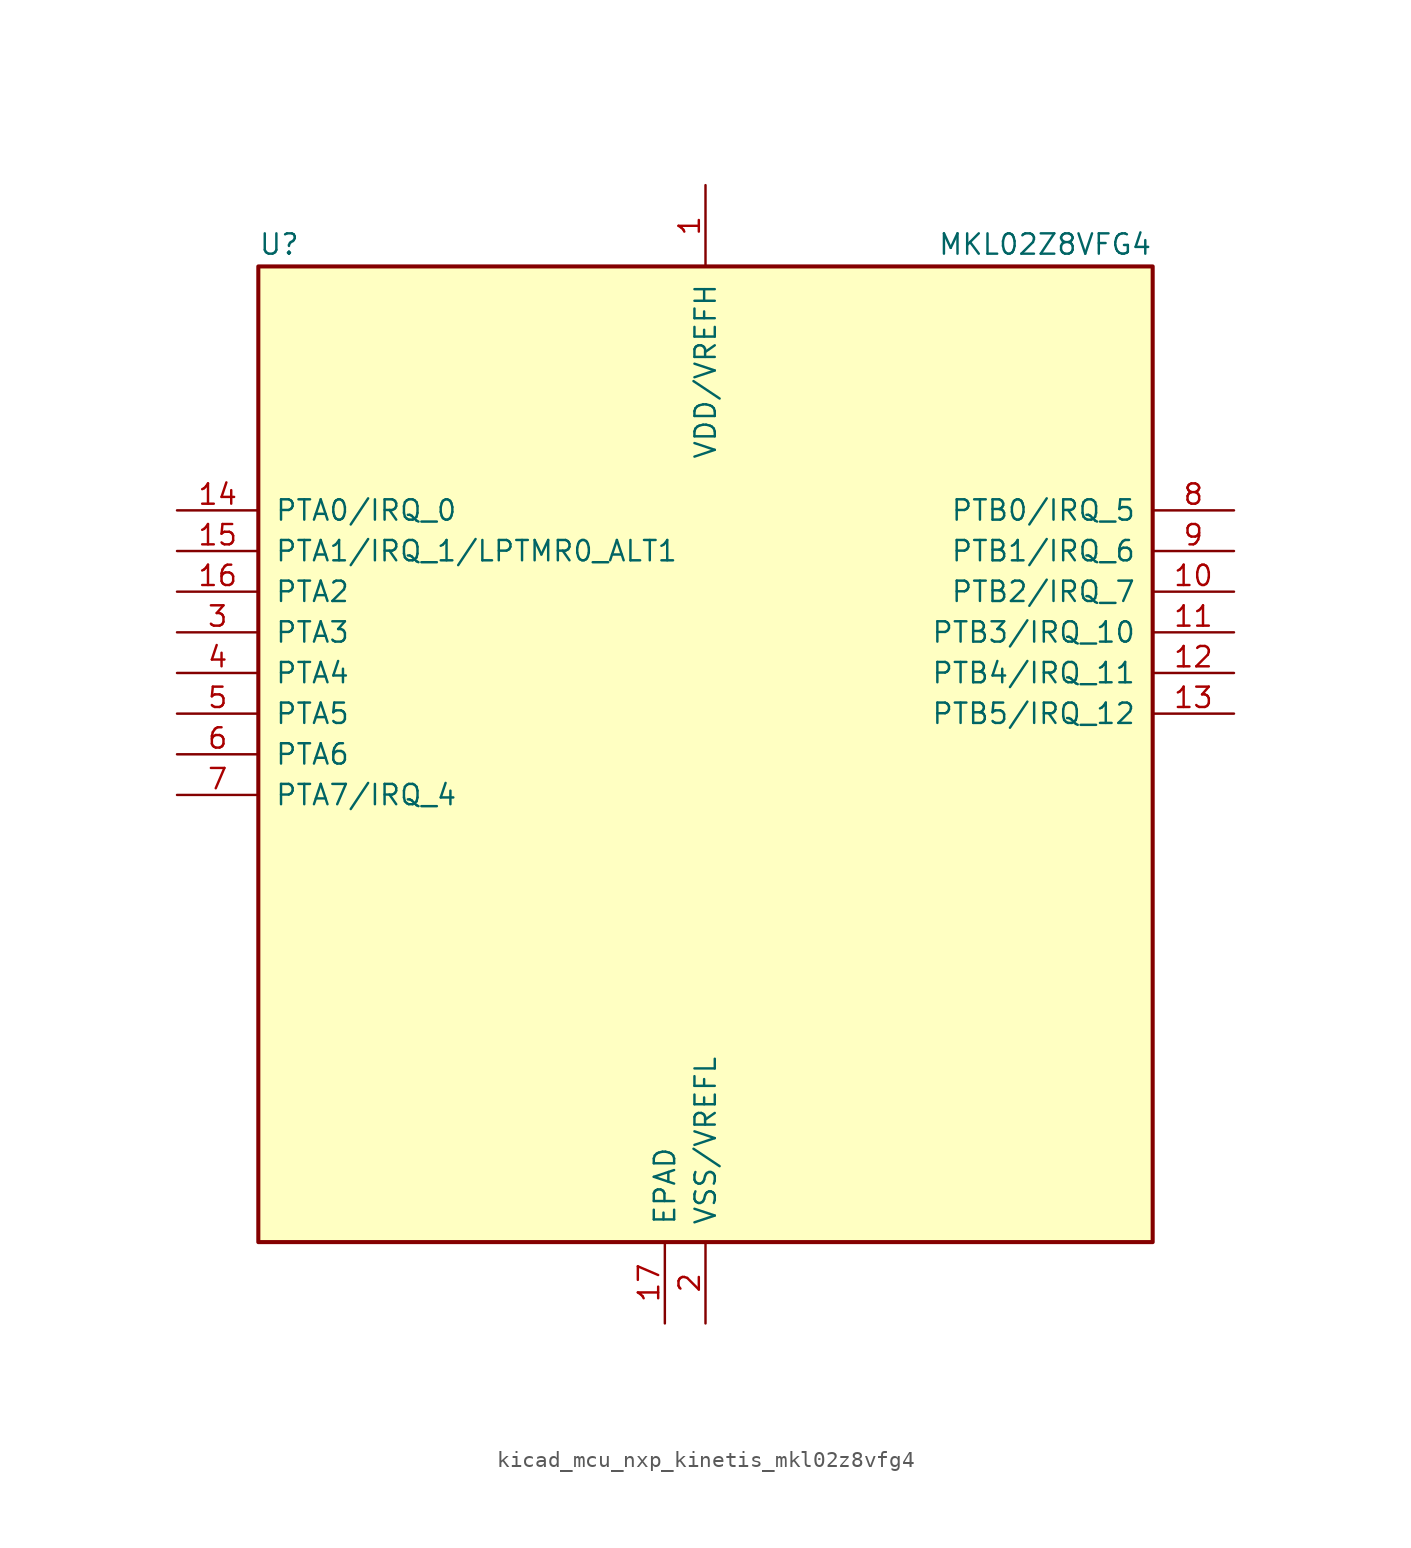
<source format=kicad_sym>
(kicad_symbol_lib
  (version 20220914)
  (generator kicad_symbol_editor)
  (symbol "kicad_mcu_nxp_kinetis_mkl02z8vfg4"
    (pin_names
      (offset 1.016))
    (property "Reference" "U"
      (at -27.94 31.115 0)
      (effects (font (size 1.27 1.27)) (justify left bottom)))
    (property "Value" "MKL02Z8VFG4"
      (at 27.94 31.115 0)
      (effects (font (size 1.27 1.27)) (justify right bottom)))
    (symbol "kicad_mcu_nxp_kinetis_mkl02z8vfg4_0_1"
      (rectangle (start -27.94 30.48) (end 27.94 -30.48) (stroke (width 0.254) (type default)) (fill (type background))))
    (symbol "kicad_mcu_nxp_kinetis_mkl02z8vfg4_1_1"
      (pin power_in line (at 0 35.56 270) (length 5.08) (name "VDD/VREFH" (effects (font (size 1.27 1.27)))) (number "1" (effects (font (size 1.27 1.27)))))
      (pin bidirectional line (at 33.02 10.16 180) (length 5.08) (name "PTB2/IRQ_7" (effects (font (size 1.27 1.27)))) (number "10" (effects (font (size 1.27 1.27)))))
      (pin bidirectional line (at 33.02 7.62 180) (length 5.08) (name "PTB3/IRQ_10" (effects (font (size 1.27 1.27)))) (number "11" (effects (font (size 1.27 1.27)))))
      (pin bidirectional line (at 33.02 5.08 180) (length 5.08) (name "PTB4/IRQ_11" (effects (font (size 1.27 1.27)))) (number "12" (effects (font (size 1.27 1.27)))))
      (pin bidirectional line (at 33.02 2.54 180) (length 5.08) (name "PTB5/IRQ_12" (effects (font (size 1.27 1.27)))) (number "13" (effects (font (size 1.27 1.27)))))
      (pin bidirectional line (at -33.02 15.24 0) (length 5.08) (name "PTA0/IRQ_0" (effects (font (size 1.27 1.27)))) (number "14" (effects (font (size 1.27 1.27)))))
      (pin bidirectional line (at -33.02 12.7 0) (length 5.08) (name "PTA1/IRQ_1/LPTMR0_ALT1" (effects (font (size 1.27 1.27)))) (number "15" (effects (font (size 1.27 1.27)))))
      (pin bidirectional line (at -33.02 10.16 0) (length 5.08) (name "PTA2" (effects (font (size 1.27 1.27)))) (number "16" (effects (font (size 1.27 1.27)))))
      (pin power_in line (at -2.54 -35.56 90) (length 5.08) (name "EPAD" (effects (font (size 1.27 1.27)))) (number "17" (effects (font (size 1.27 1.27)))))
      (pin power_in line (at 0 -35.56 90) (length 5.08) (name "VSS/VREFL" (effects (font (size 1.27 1.27)))) (number "2" (effects (font (size 1.27 1.27)))))
      (pin bidirectional line (at -33.02 7.62 0) (length 5.08) (name "PTA3" (effects (font (size 1.27 1.27)))) (number "3" (effects (font (size 1.27 1.27)))))
      (pin bidirectional line (at -33.02 5.08 0) (length 5.08) (name "PTA4" (effects (font (size 1.27 1.27)))) (number "4" (effects (font (size 1.27 1.27)))))
      (pin bidirectional line (at -33.02 2.54 0) (length 5.08) (name "PTA5" (effects (font (size 1.27 1.27)))) (number "5" (effects (font (size 1.27 1.27)))))
      (pin bidirectional line (at -33.02 0 0) (length 5.08) (name "PTA6" (effects (font (size 1.27 1.27)))) (number "6" (effects (font (size 1.27 1.27)))))
      (pin bidirectional line (at -33.02 -2.54 0) (length 5.08) (name "PTA7/IRQ_4" (effects (font (size 1.27 1.27)))) (number "7" (effects (font (size 1.27 1.27)))))
      (pin bidirectional line (at 33.02 15.24 180) (length 5.08) (name "PTB0/IRQ_5" (effects (font (size 1.27 1.27)))) (number "8" (effects (font (size 1.27 1.27)))))
      (pin bidirectional line (at 33.02 12.7 180) (length 5.08) (name "PTB1/IRQ_6" (effects (font (size 1.27 1.27)))) (number "9" (effects (font (size 1.27 1.27))))))))
</source>
